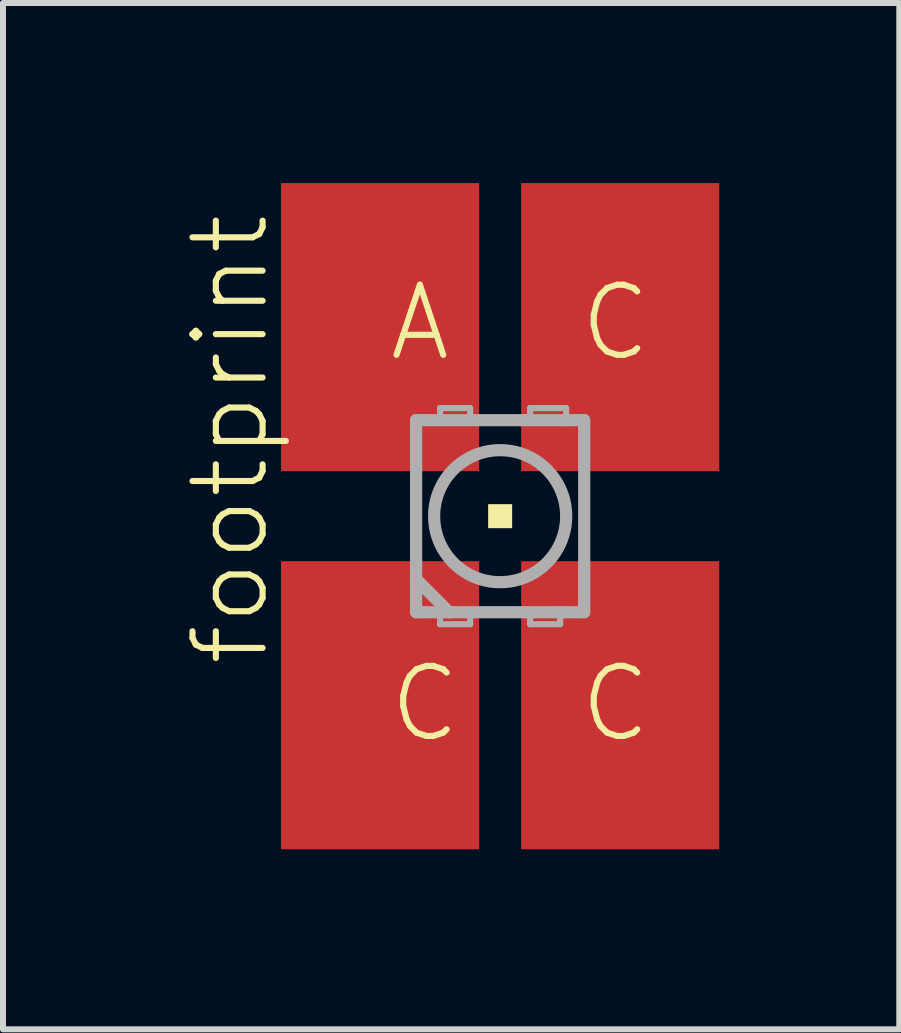
<source format=kicad_pcb>
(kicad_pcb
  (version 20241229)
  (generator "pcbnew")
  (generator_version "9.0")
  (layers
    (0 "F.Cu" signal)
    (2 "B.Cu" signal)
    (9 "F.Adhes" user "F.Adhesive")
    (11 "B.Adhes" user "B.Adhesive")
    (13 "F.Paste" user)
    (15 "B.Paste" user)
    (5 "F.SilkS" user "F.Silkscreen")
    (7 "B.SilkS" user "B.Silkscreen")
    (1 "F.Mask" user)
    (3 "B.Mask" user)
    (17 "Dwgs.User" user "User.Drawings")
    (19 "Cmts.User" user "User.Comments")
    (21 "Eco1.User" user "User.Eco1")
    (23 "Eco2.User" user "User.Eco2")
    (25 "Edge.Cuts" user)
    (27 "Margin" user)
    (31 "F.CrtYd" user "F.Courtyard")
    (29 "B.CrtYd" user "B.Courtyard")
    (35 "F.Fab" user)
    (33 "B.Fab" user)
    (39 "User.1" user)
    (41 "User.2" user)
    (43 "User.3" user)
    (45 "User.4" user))
  (footprint "footprint"
    (layer "F.Cu")
    (at 5.283 5.55)
    (property "Reference" "footprint" (at -3.81 2.54 90) (layer "F.SilkS") (effects (font (size 1.168 1.168) (thickness 0.102)) (justify left bottom)))
    (fp_poly (pts (xy -1.15 -0.75) (xy -0.35 -0.75) (xy -0.35 -1.85) (xy -1.15 -1.85)) (stroke (width 0) (type solid)) (fill yes) (layer "F.Mask"))
    (fp_poly (pts (xy -1.15 1.85) (xy -0.35 1.85) (xy -0.35 0.75) (xy -1.15 0.75)) (stroke (width 0) (type solid)) (fill yes) (layer "F.Mask"))
    (fp_poly (pts (xy 0.35 -0.75) (xy 1.15 -0.75) (xy 1.15 -1.85) (xy 0.35 -1.85)) (stroke (width 0) (type solid)) (fill yes) (layer "F.Mask"))
    (fp_poly (pts (xy 0.35 1.85) (xy 1.15 1.85) (xy 1.15 0.75) (xy 0.35 0.75)) (stroke (width 0) (type solid)) (fill yes) (layer "F.Mask"))
    (fp_poly (pts (xy -0.2 0.2) (xy 0.2 0.2) (xy 0.2 -0.2) (xy -0.2 -0.2)) (stroke (width 0) (type solid)) (fill yes) (layer "F.SilkS"))
    (fp_poly (pts (xy -1.1 -0.8) (xy -0.4 -0.8) (xy -0.4 -1.8) (xy -1.1 -1.8)) (stroke (width 0) (type solid)) (fill yes) (layer "F.Paste"))
    (fp_poly (pts (xy -1.1 1.8) (xy -0.4 1.8) (xy -0.4 0.8) (xy -1.1 0.8)) (stroke (width 0) (type solid)) (fill yes) (layer "F.Paste"))
    (fp_poly (pts (xy 0.4 -0.8) (xy 1.1 -0.8) (xy 1.1 -1.8) (xy 0.4 -1.8)) (stroke (width 0) (type solid)) (fill yes) (layer "F.Paste"))
    (fp_poly (pts (xy 0.4 1.8) (xy 1.1 1.8) (xy 1.1 0.8) (xy 0.4 0.8)) (stroke (width 0) (type solid)) (fill yes) (layer "F.Paste"))
    (fp_line (start -1.4 -1.6) (end -1.4 1.05) (stroke (width 0.203) (type solid)) (layer "F.Fab"))
    (fp_line (start -1.4 1.05) (end -1.4 1.6) (stroke (width 0.203) (type solid)) (layer "F.Fab"))
    (fp_line (start -1.4 1.6) (end -1 1.6) (stroke (width 0.203) (type solid)) (layer "F.Fab"))
    (fp_line (start -1 -1.8) (end -0.5 -1.8) (stroke (width 0.102) (type solid)) (layer "F.Fab"))
    (fp_line (start -1 -1.6) (end -1.4 -1.6) (stroke (width 0.203) (type solid)) (layer "F.Fab"))
    (fp_line (start -1 -1.6) (end -1 -1.8) (stroke (width 0.102) (type solid)) (layer "F.Fab"))
    (fp_line (start -1 1.6) (end -1 1.8) (stroke (width 0.102) (type solid)) (layer "F.Fab"))
    (fp_line (start -1 1.6) (end -0.85 1.6) (stroke (width 0.203) (type solid)) (layer "F.Fab"))
    (fp_line (start -1 1.8) (end -0.5 1.8) (stroke (width 0.102) (type solid)) (layer "F.Fab"))
    (fp_line (start -0.85 1.6) (end -1.4 1.05) (stroke (width 0.203) (type solid)) (layer "F.Fab"))
    (fp_line (start -0.85 1.6) (end 1 1.6) (stroke (width 0.203) (type solid)) (layer "F.Fab"))
    (fp_line (start -0.5 -1.8) (end -0.5 -1.65) (stroke (width 0.102) (type solid)) (layer "F.Fab"))
    (fp_line (start -0.5 1.8) (end -0.5 1.65) (stroke (width 0.102) (type solid)) (layer "F.Fab"))
    (fp_line (start 0.5 -1.8) (end 1.1 -1.8) (stroke (width 0.102) (type solid)) (layer "F.Fab"))
    (fp_line (start 0.5 -1.65) (end 0.5 -1.8) (stroke (width 0.102) (type solid)) (layer "F.Fab"))
    (fp_line (start 0.5 1.65) (end 0.5 1.8) (stroke (width 0.102) (type solid)) (layer "F.Fab"))
    (fp_line (start 0.5 1.8) (end 1 1.8) (stroke (width 0.102) (type solid)) (layer "F.Fab"))
    (fp_line (start 1 1.6) (end 1.4 1.6) (stroke (width 0.203) (type solid)) (layer "F.Fab"))
    (fp_line (start 1 1.8) (end 1 1.6) (stroke (width 0.102) (type solid)) (layer "F.Fab"))
    (fp_line (start 1.1 -1.8) (end 1.1 -1.6) (stroke (width 0.102) (type solid)) (layer "F.Fab"))
    (fp_line (start 1.1 -1.6) (end -1 -1.6) (stroke (width 0.203) (type solid)) (layer "F.Fab"))
    (fp_line (start 1.4 -1.6) (end 1.1 -1.6) (stroke (width 0.203) (type solid)) (layer "F.Fab"))
    (fp_line (start 1.4 1.6) (end 1.4 -1.6) (stroke (width 0.203) (type solid)) (layer "F.Fab"))
    (fp_circle (center 0 0) (end 1.1 0) (stroke (width 0.203) (type solid)) (fill no) (layer "F.Fab"))
    (fp_text user "C" (at 1.27 3.81 0) (layer "F.SilkS") (effects (font (size 1.168 1.168) (thickness 0.102)) (justify left bottom)))
    (fp_text user "C" (at 1.27 -2.54 0) (layer "F.SilkS") (effects (font (size 1.168 1.168) (thickness 0.102)) (justify left bottom)))
    (fp_text user "A" (at -1.905 -2.54 0) (layer "F.SilkS") (effects (font (size 1.168 1.168) (thickness 0.102)) (justify left bottom)))
    (fp_text user "C" (at -1.905 3.81 0) (layer "F.SilkS") (effects (font (size 1.168 1.168) (thickness 0.102)) (justify left bottom)))
    (pad "A" smd rect (at -2 -3.15) (size 3.3 4.8) (layers "F.Cu"))
    (pad "C@1" smd rect (at -2 3.15) (size 3.3 4.8) (layers "F.Cu"))
    (pad "C@3" smd rect (at 2 -3.15) (size 3.3 4.8) (layers "F.Cu"))
    (pad "C@4" smd rect (at 2 3.15) (size 3.3 4.8) (layers "F.Cu")))
  (gr_rect
    (start -3 -3)
    (end 11.933 14.1)
    (stroke (width 0.1) (type default))
    (fill no)
    (layer "Edge.Cuts")))
</source>
